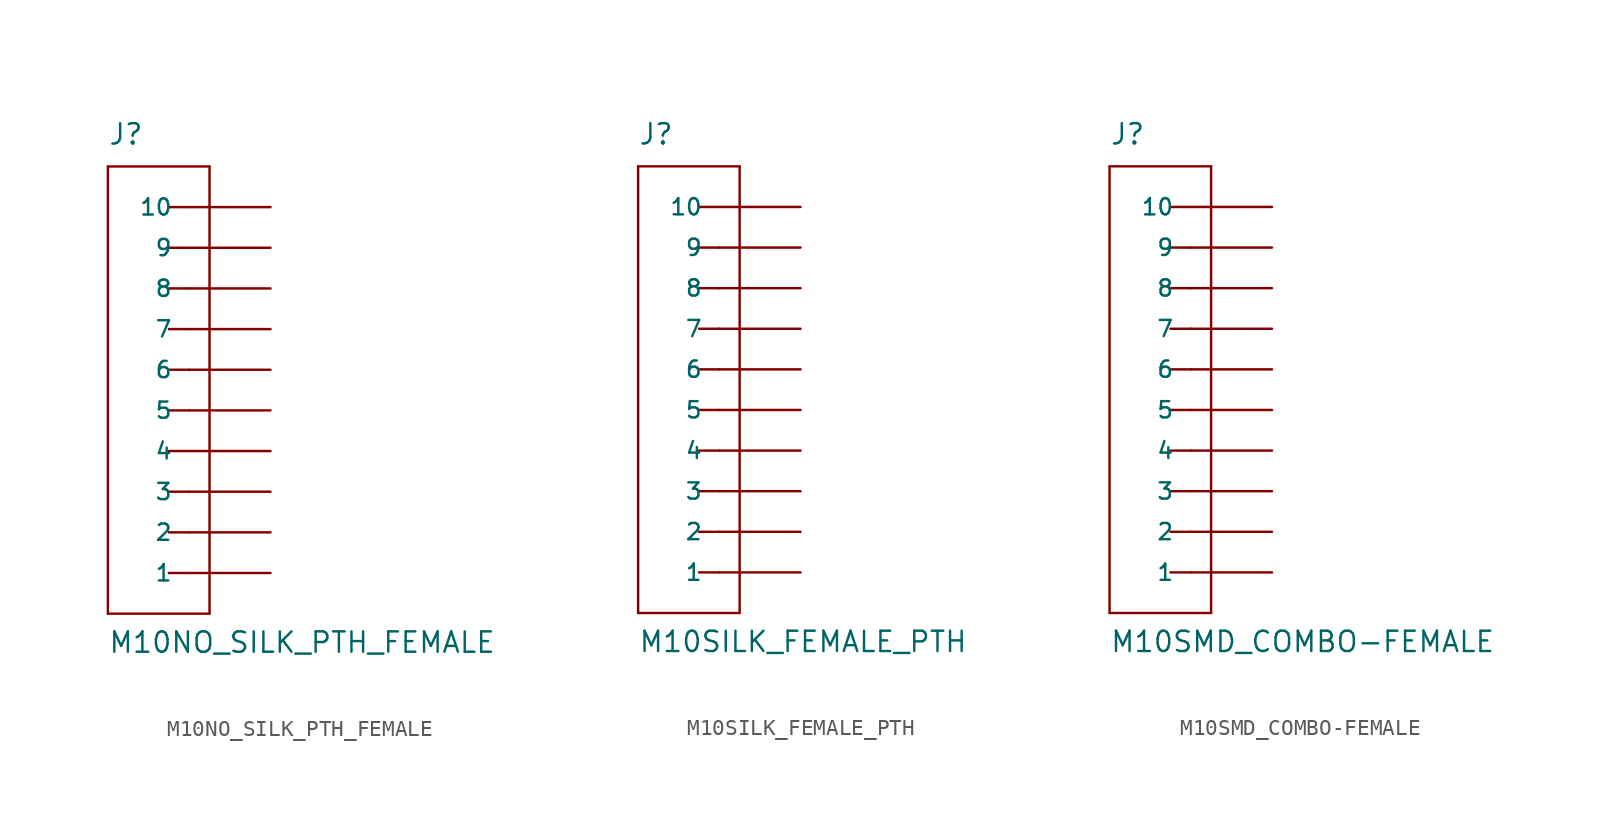
<source format=kicad_sym>
(kicad_symbol_lib
  (version 20211014)
  (generator kicad_symbol_editor)
  (symbol "M10NO_SILK_PTH_FEMALE"
    (pin_numbers hide)
    (pin_names
      (offset 1.016))
    (property "Reference" "J"
      (at 0 8.89 0)
      (effects (font (size 1.27 1.27)) (justify left bottom)))
    (property "Value" "M10NO_SILK_PTH_FEMALE"
      (at 0 -22.86 0)
      (effects (font (size 1.27 1.27)) (justify left bottom)))
    (property "Datasheet" ""
      (at 0 0 0)
      (effects (font (size 1.524 1.524))))
    (property "ki_locked" ""
      (at 0 0 0)
      (effects (font (size 1.27 1.27))))
    (symbol "M10NO_SILK_PTH_FEMALE_1_0"
      (polyline (pts (xy 0 7.62) (xy 0 -20.32)) (stroke (width 0) (type default) (color 0 0 0 0)) (fill (type none)))
      (polyline (pts (xy 0 7.62) (xy 6.35 7.62)) (stroke (width 0) (type default) (color 0 0 0 0)) (fill (type none)))
      (polyline (pts (xy 3.81 -17.78) (xy 5.08 -17.78)) (stroke (width 0) (type default) (color 0 0 0 0)) (fill (type none)))
      (polyline (pts (xy 3.81 -15.24) (xy 5.08 -15.24)) (stroke (width 0) (type default) (color 0 0 0 0)) (fill (type none)))
      (polyline (pts (xy 3.81 -12.7) (xy 5.08 -12.7)) (stroke (width 0) (type default) (color 0 0 0 0)) (fill (type none)))
      (polyline (pts (xy 3.81 -10.16) (xy 5.08 -10.16)) (stroke (width 0) (type default) (color 0 0 0 0)) (fill (type none)))
      (polyline (pts (xy 3.81 -7.62) (xy 5.08 -7.62)) (stroke (width 0) (type default) (color 0 0 0 0)) (fill (type none)))
      (polyline (pts (xy 3.81 -5.08) (xy 5.08 -5.08)) (stroke (width 0) (type default) (color 0 0 0 0)) (fill (type none)))
      (polyline (pts (xy 3.81 -2.54) (xy 5.08 -2.54)) (stroke (width 0) (type default) (color 0 0 0 0)) (fill (type none)))
      (polyline (pts (xy 3.81 0) (xy 5.08 0)) (stroke (width 0) (type default) (color 0 0 0 0)) (fill (type none)))
      (polyline (pts (xy 3.81 2.54) (xy 5.08 2.54)) (stroke (width 0) (type default) (color 0 0 0 0)) (fill (type none)))
      (polyline (pts (xy 3.81 5.08) (xy 5.08 5.08)) (stroke (width 0) (type default) (color 0 0 0 0)) (fill (type none)))
      (polyline (pts (xy 6.35 -20.32) (xy 0 -20.32)) (stroke (width 0) (type default) (color 0 0 0 0)) (fill (type none)))
      (polyline (pts (xy 6.35 -20.32) (xy 6.35 7.62)) (stroke (width 0) (type default) (color 0 0 0 0)) (fill (type none))))
    (symbol "M10NO_SILK_PTH_FEMALE_1_1"
      (pin passive line (at 10.16 -17.78 180) (length 5.08) (name "1" (effects (font (size 1.016 1.016)))) (number "1" (effects (font (size 1.016 1.016)))))
      (pin passive line (at 10.16 5.08 180) (length 5.08) (name "10" (effects (font (size 1.016 1.016)))) (number "10" (effects (font (size 1.016 1.016)))))
      (pin passive line (at 10.16 -15.24 180) (length 5.08) (name "2" (effects (font (size 1.016 1.016)))) (number "2" (effects (font (size 1.016 1.016)))))
      (pin passive line (at 10.16 -12.7 180) (length 5.08) (name "3" (effects (font (size 1.016 1.016)))) (number "3" (effects (font (size 1.016 1.016)))))
      (pin passive line (at 10.16 -10.16 180) (length 5.08) (name "4" (effects (font (size 1.016 1.016)))) (number "4" (effects (font (size 1.016 1.016)))))
      (pin passive line (at 10.16 -7.62 180) (length 5.08) (name "5" (effects (font (size 1.016 1.016)))) (number "5" (effects (font (size 1.016 1.016)))))
      (pin passive line (at 10.16 -5.08 180) (length 5.08) (name "6" (effects (font (size 1.016 1.016)))) (number "6" (effects (font (size 1.016 1.016)))))
      (pin passive line (at 10.16 -2.54 180) (length 5.08) (name "7" (effects (font (size 1.016 1.016)))) (number "7" (effects (font (size 1.016 1.016)))))
      (pin passive line (at 10.16 0 180) (length 5.08) (name "8" (effects (font (size 1.016 1.016)))) (number "8" (effects (font (size 1.016 1.016)))))
      (pin passive line (at 10.16 2.54 180) (length 5.08) (name "9" (effects (font (size 1.016 1.016)))) (number "9" (effects (font (size 1.016 1.016)))))))
  (symbol "M10SILK_FEMALE_PTH"
    (pin_numbers hide)
    (pin_names
      (offset 1.016))
    (property "Reference" "J"
      (at 0 8.89 0)
      (effects (font (size 1.27 1.27)) (justify left bottom)))
    (property "Value" "M10SILK_FEMALE_PTH"
      (at 0 -22.86 0)
      (effects (font (size 1.27 1.27)) (justify left bottom)))
    (property "Datasheet" ""
      (at 0 0 0)
      (effects (font (size 1.524 1.524))))
    (property "ki_locked" ""
      (at 0 0 0)
      (effects (font (size 1.27 1.27))))
    (symbol "M10SILK_FEMALE_PTH_1_0"
      (polyline (pts (xy 0 7.62) (xy 0 -20.32)) (stroke (width 0) (type default) (color 0 0 0 0)) (fill (type none)))
      (polyline (pts (xy 0 7.62) (xy 6.35 7.62)) (stroke (width 0) (type default) (color 0 0 0 0)) (fill (type none)))
      (polyline (pts (xy 3.81 -17.78) (xy 5.08 -17.78)) (stroke (width 0) (type default) (color 0 0 0 0)) (fill (type none)))
      (polyline (pts (xy 3.81 -15.24) (xy 5.08 -15.24)) (stroke (width 0) (type default) (color 0 0 0 0)) (fill (type none)))
      (polyline (pts (xy 3.81 -12.7) (xy 5.08 -12.7)) (stroke (width 0) (type default) (color 0 0 0 0)) (fill (type none)))
      (polyline (pts (xy 3.81 -10.16) (xy 5.08 -10.16)) (stroke (width 0) (type default) (color 0 0 0 0)) (fill (type none)))
      (polyline (pts (xy 3.81 -7.62) (xy 5.08 -7.62)) (stroke (width 0) (type default) (color 0 0 0 0)) (fill (type none)))
      (polyline (pts (xy 3.81 -5.08) (xy 5.08 -5.08)) (stroke (width 0) (type default) (color 0 0 0 0)) (fill (type none)))
      (polyline (pts (xy 3.81 -2.54) (xy 5.08 -2.54)) (stroke (width 0) (type default) (color 0 0 0 0)) (fill (type none)))
      (polyline (pts (xy 3.81 0) (xy 5.08 0)) (stroke (width 0) (type default) (color 0 0 0 0)) (fill (type none)))
      (polyline (pts (xy 3.81 2.54) (xy 5.08 2.54)) (stroke (width 0) (type default) (color 0 0 0 0)) (fill (type none)))
      (polyline (pts (xy 3.81 5.08) (xy 5.08 5.08)) (stroke (width 0) (type default) (color 0 0 0 0)) (fill (type none)))
      (polyline (pts (xy 6.35 -20.32) (xy 0 -20.32)) (stroke (width 0) (type default) (color 0 0 0 0)) (fill (type none)))
      (polyline (pts (xy 6.35 -20.32) (xy 6.35 7.62)) (stroke (width 0) (type default) (color 0 0 0 0)) (fill (type none))))
    (symbol "M10SILK_FEMALE_PTH_1_1"
      (pin passive line (at 10.16 -17.78 180) (length 5.08) (name "1" (effects (font (size 1.016 1.016)))) (number "1" (effects (font (size 1.016 1.016)))))
      (pin passive line (at 10.16 5.08 180) (length 5.08) (name "10" (effects (font (size 1.016 1.016)))) (number "10" (effects (font (size 1.016 1.016)))))
      (pin passive line (at 10.16 -15.24 180) (length 5.08) (name "2" (effects (font (size 1.016 1.016)))) (number "2" (effects (font (size 1.016 1.016)))))
      (pin passive line (at 10.16 -12.7 180) (length 5.08) (name "3" (effects (font (size 1.016 1.016)))) (number "3" (effects (font (size 1.016 1.016)))))
      (pin passive line (at 10.16 -10.16 180) (length 5.08) (name "4" (effects (font (size 1.016 1.016)))) (number "4" (effects (font (size 1.016 1.016)))))
      (pin passive line (at 10.16 -7.62 180) (length 5.08) (name "5" (effects (font (size 1.016 1.016)))) (number "5" (effects (font (size 1.016 1.016)))))
      (pin passive line (at 10.16 -5.08 180) (length 5.08) (name "6" (effects (font (size 1.016 1.016)))) (number "6" (effects (font (size 1.016 1.016)))))
      (pin passive line (at 10.16 -2.54 180) (length 5.08) (name "7" (effects (font (size 1.016 1.016)))) (number "7" (effects (font (size 1.016 1.016)))))
      (pin passive line (at 10.16 0 180) (length 5.08) (name "8" (effects (font (size 1.016 1.016)))) (number "8" (effects (font (size 1.016 1.016)))))
      (pin passive line (at 10.16 2.54 180) (length 5.08) (name "9" (effects (font (size 1.016 1.016)))) (number "9" (effects (font (size 1.016 1.016)))))))
  (symbol "M10SMD_COMBO-FEMALE"
    (pin_numbers hide)
    (pin_names
      (offset 1.016))
    (property "Reference" "J"
      (at 0 8.89 0)
      (effects (font (size 1.27 1.27)) (justify left bottom)))
    (property "Value" "M10SMD_COMBO-FEMALE"
      (at 0 -22.86 0)
      (effects (font (size 1.27 1.27)) (justify left bottom)))
    (property "Datasheet" ""
      (at 0 0 0)
      (effects (font (size 1.524 1.524))))
    (property "ki_locked" ""
      (at 0 0 0)
      (effects (font (size 1.27 1.27))))
    (symbol "M10SMD_COMBO-FEMALE_1_0"
      (polyline (pts (xy 0 7.62) (xy 0 -20.32)) (stroke (width 0) (type default) (color 0 0 0 0)) (fill (type none)))
      (polyline (pts (xy 0 7.62) (xy 6.35 7.62)) (stroke (width 0) (type default) (color 0 0 0 0)) (fill (type none)))
      (polyline (pts (xy 3.81 -17.78) (xy 5.08 -17.78)) (stroke (width 0) (type default) (color 0 0 0 0)) (fill (type none)))
      (polyline (pts (xy 3.81 -15.24) (xy 5.08 -15.24)) (stroke (width 0) (type default) (color 0 0 0 0)) (fill (type none)))
      (polyline (pts (xy 3.81 -12.7) (xy 5.08 -12.7)) (stroke (width 0) (type default) (color 0 0 0 0)) (fill (type none)))
      (polyline (pts (xy 3.81 -10.16) (xy 5.08 -10.16)) (stroke (width 0) (type default) (color 0 0 0 0)) (fill (type none)))
      (polyline (pts (xy 3.81 -7.62) (xy 5.08 -7.62)) (stroke (width 0) (type default) (color 0 0 0 0)) (fill (type none)))
      (polyline (pts (xy 3.81 -5.08) (xy 5.08 -5.08)) (stroke (width 0) (type default) (color 0 0 0 0)) (fill (type none)))
      (polyline (pts (xy 3.81 -2.54) (xy 5.08 -2.54)) (stroke (width 0) (type default) (color 0 0 0 0)) (fill (type none)))
      (polyline (pts (xy 3.81 0) (xy 5.08 0)) (stroke (width 0) (type default) (color 0 0 0 0)) (fill (type none)))
      (polyline (pts (xy 3.81 2.54) (xy 5.08 2.54)) (stroke (width 0) (type default) (color 0 0 0 0)) (fill (type none)))
      (polyline (pts (xy 3.81 5.08) (xy 5.08 5.08)) (stroke (width 0) (type default) (color 0 0 0 0)) (fill (type none)))
      (polyline (pts (xy 6.35 -20.32) (xy 0 -20.32)) (stroke (width 0) (type default) (color 0 0 0 0)) (fill (type none)))
      (polyline (pts (xy 6.35 -20.32) (xy 6.35 7.62)) (stroke (width 0) (type default) (color 0 0 0 0)) (fill (type none))))
    (symbol "M10SMD_COMBO-FEMALE_1_1"
      (pin passive line (at 10.16 5.08 180) (length 5.08) (name "10" (effects (font (size 1.016 1.016)))) (number "10A" (effects (font (size 1.016 1.016)))))
      (pin passive line (at 10.16 5.08 180) (length 5.08) hide (name "10" (effects (font (size 1.016 1.016)))) (number "10B" (effects (font (size 1.016 1.016)))))
      (pin passive line (at 10.16 -17.78 180) (length 5.08) (name "1" (effects (font (size 1.016 1.016)))) (number "1A" (effects (font (size 1.016 1.016)))))
      (pin passive line (at 10.16 -17.78 180) (length 5.08) hide (name "1" (effects (font (size 1.016 1.016)))) (number "1B" (effects (font (size 1.016 1.016)))))
      (pin passive line (at 10.16 -15.24 180) (length 5.08) (name "2" (effects (font (size 1.016 1.016)))) (number "2A" (effects (font (size 1.016 1.016)))))
      (pin passive line (at 10.16 -15.24 180) (length 5.08) hide (name "2" (effects (font (size 1.016 1.016)))) (number "2B" (effects (font (size 1.016 1.016)))))
      (pin passive line (at 10.16 -12.7 180) (length 5.08) (name "3" (effects (font (size 1.016 1.016)))) (number "3A" (effects (font (size 1.016 1.016)))))
      (pin passive line (at 10.16 -12.7 180) (length 5.08) hide (name "3" (effects (font (size 1.016 1.016)))) (number "3B" (effects (font (size 1.016 1.016)))))
      (pin passive line (at 10.16 -10.16 180) (length 5.08) (name "4" (effects (font (size 1.016 1.016)))) (number "4A" (effects (font (size 1.016 1.016)))))
      (pin passive line (at 10.16 -10.16 180) (length 5.08) hide (name "4" (effects (font (size 1.016 1.016)))) (number "4B" (effects (font (size 1.016 1.016)))))
      (pin passive line (at 10.16 -7.62 180) (length 5.08) (name "5" (effects (font (size 1.016 1.016)))) (number "5A" (effects (font (size 1.016 1.016)))))
      (pin passive line (at 10.16 -7.62 180) (length 5.08) hide (name "5" (effects (font (size 1.016 1.016)))) (number "5B" (effects (font (size 1.016 1.016)))))
      (pin passive line (at 10.16 -5.08 180) (length 5.08) (name "6" (effects (font (size 1.016 1.016)))) (number "6A" (effects (font (size 1.016 1.016)))))
      (pin passive line (at 10.16 -5.08 180) (length 5.08) hide (name "6" (effects (font (size 1.016 1.016)))) (number "6B" (effects (font (size 1.016 1.016)))))
      (pin passive line (at 10.16 -2.54 180) (length 5.08) (name "7" (effects (font (size 1.016 1.016)))) (number "7A" (effects (font (size 1.016 1.016)))))
      (pin passive line (at 10.16 -2.54 180) (length 5.08) hide (name "7" (effects (font (size 1.016 1.016)))) (number "7B" (effects (font (size 1.016 1.016)))))
      (pin passive line (at 10.16 0 180) (length 5.08) (name "8" (effects (font (size 1.016 1.016)))) (number "8A" (effects (font (size 1.016 1.016)))))
      (pin passive line (at 10.16 0 180) (length 5.08) hide (name "8" (effects (font (size 1.016 1.016)))) (number "8B" (effects (font (size 1.016 1.016)))))
      (pin passive line (at 10.16 2.54 180) (length 5.08) (name "9" (effects (font (size 1.016 1.016)))) (number "9A" (effects (font (size 1.016 1.016)))))
      (pin passive line (at 10.16 2.54 180) (length 5.08) hide (name "9" (effects (font (size 1.016 1.016)))) (number "9B" (effects (font (size 1.016 1.016))))))))
</source>
